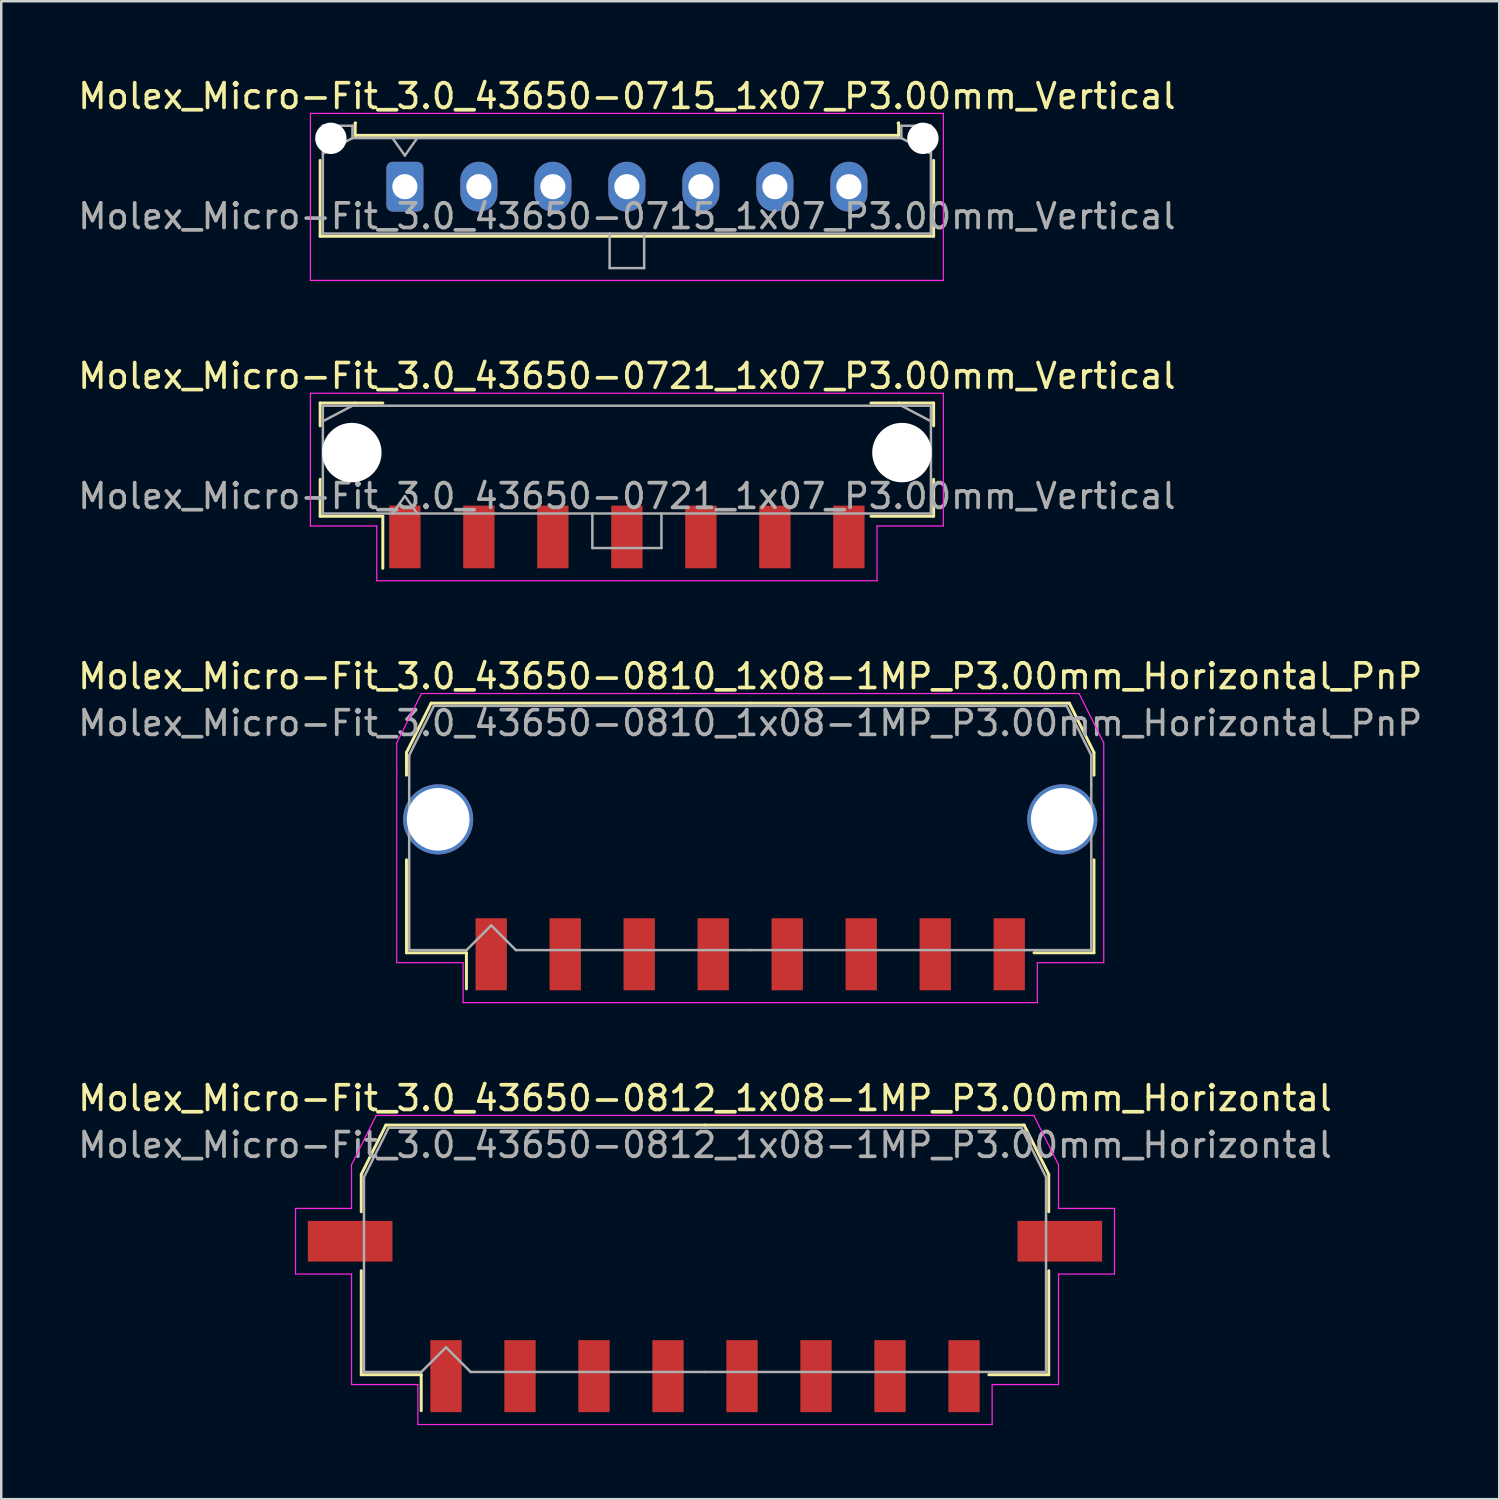
<source format=kicad_pcb>
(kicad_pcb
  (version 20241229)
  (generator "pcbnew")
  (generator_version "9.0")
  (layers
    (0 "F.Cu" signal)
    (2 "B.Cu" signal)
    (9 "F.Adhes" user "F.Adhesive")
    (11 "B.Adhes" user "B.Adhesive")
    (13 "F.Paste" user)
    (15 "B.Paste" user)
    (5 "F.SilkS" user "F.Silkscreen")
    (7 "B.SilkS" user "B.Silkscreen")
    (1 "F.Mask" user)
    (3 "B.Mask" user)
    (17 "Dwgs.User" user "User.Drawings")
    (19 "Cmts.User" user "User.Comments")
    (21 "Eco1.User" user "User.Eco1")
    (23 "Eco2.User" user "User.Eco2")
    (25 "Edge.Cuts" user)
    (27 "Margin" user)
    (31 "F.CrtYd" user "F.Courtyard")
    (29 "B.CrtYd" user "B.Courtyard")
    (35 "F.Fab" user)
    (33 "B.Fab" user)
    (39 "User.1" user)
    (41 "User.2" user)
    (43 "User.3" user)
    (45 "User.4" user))
  (footprint "Molex_Micro-Fit_3.0_43650-0812_1x08-1MP_P3.00mm_Horizontal"
    (layer "F.Cu")
    (at 25.53 47.618)
    (property "Reference" "Molex_Micro-Fit_3.0_43650-0812_1x08-1MP_P3.00mm_Horizontal" (at 0 -6.15 0) (layer "F.SilkS") (effects (font (size 1 1) (thickness 0.15))))
    (attr smd)
    (fp_line (start -13.935 -3.06) (end -13.935 -1.545) (stroke (width 0.12) (type solid)) (layer "F.SilkS"))
    (fp_line (start -13.935 0.845) (end -13.935 5.06) (stroke (width 0.12) (type solid)) (layer "F.SilkS"))
    (fp_line (start -13.935 5.06) (end -11.505 5.06) (stroke (width 0.12) (type solid)) (layer "F.SilkS"))
    (fp_line (start -12.935 -5.06) (end -13.935 -3.06) (stroke (width 0.12) (type solid)) (layer "F.SilkS"))
    (fp_line (start -11.505 5.06) (end -11.505 6.52) (stroke (width 0.12) (type solid)) (layer "F.SilkS"))
    (fp_line (start 0 -5.06) (end -12.935 -5.06) (stroke (width 0.12) (type solid)) (layer "F.SilkS"))
    (fp_line (start 0 -5.06) (end 12.935 -5.06) (stroke (width 0.12) (type solid)) (layer "F.SilkS"))
    (fp_line (start 12.935 -5.06) (end 13.935 -3.06) (stroke (width 0.12) (type solid)) (layer "F.SilkS"))
    (fp_line (start 13.935 -3.06) (end 13.935 -1.545) (stroke (width 0.12) (type solid)) (layer "F.SilkS"))
    (fp_line (start 13.935 0.845) (end 13.935 5.06) (stroke (width 0.12) (type solid)) (layer "F.SilkS"))
    (fp_line (start 13.935 5.06) (end 11.505 5.06) (stroke (width 0.12) (type solid)) (layer "F.SilkS"))
    (fp_line (start -16.6 -1.68) (end -16.6 0.98) (stroke (width 0.05) (type solid)) (layer "F.CrtYd"))
    (fp_line (start -16.6 0.98) (end -14.33 0.98) (stroke (width 0.05) (type solid)) (layer "F.CrtYd"))
    (fp_line (start -14.33 -3.45) (end -14.33 -1.68) (stroke (width 0.05) (type solid)) (layer "F.CrtYd"))
    (fp_line (start -14.33 -1.68) (end -16.6 -1.68) (stroke (width 0.05) (type solid)) (layer "F.CrtYd"))
    (fp_line (start -14.33 0.98) (end -14.33 5.46) (stroke (width 0.05) (type solid)) (layer "F.CrtYd"))
    (fp_line (start -14.33 5.46) (end -11.64 5.46) (stroke (width 0.05) (type solid)) (layer "F.CrtYd"))
    (fp_line (start -13.33 -5.45) (end -14.33 -3.45) (stroke (width 0.05) (type solid)) (layer "F.CrtYd"))
    (fp_line (start -11.64 5.46) (end -11.64 7.08) (stroke (width 0.05) (type solid)) (layer "F.CrtYd"))
    (fp_line (start -11.64 7.08) (end 0 7.08) (stroke (width 0.05) (type solid)) (layer "F.CrtYd"))
    (fp_line (start 0 -5.45) (end -13.33 -5.45) (stroke (width 0.05) (type solid)) (layer "F.CrtYd"))
    (fp_line (start 0 -5.45) (end 13.33 -5.45) (stroke (width 0.05) (type solid)) (layer "F.CrtYd"))
    (fp_line (start 11.64 5.46) (end 11.64 7.08) (stroke (width 0.05) (type solid)) (layer "F.CrtYd"))
    (fp_line (start 11.64 7.08) (end 0 7.08) (stroke (width 0.05) (type solid)) (layer "F.CrtYd"))
    (fp_line (start 13.33 -5.45) (end 14.33 -3.45) (stroke (width 0.05) (type solid)) (layer "F.CrtYd"))
    (fp_line (start 14.33 -3.45) (end 14.33 -1.68) (stroke (width 0.05) (type solid)) (layer "F.CrtYd"))
    (fp_line (start 14.33 -1.68) (end 16.6 -1.68) (stroke (width 0.05) (type solid)) (layer "F.CrtYd"))
    (fp_line (start 14.33 0.98) (end 14.33 5.46) (stroke (width 0.05) (type solid)) (layer "F.CrtYd"))
    (fp_line (start 14.33 5.46) (end 11.64 5.46) (stroke (width 0.05) (type solid)) (layer "F.CrtYd"))
    (fp_line (start 16.6 -1.68) (end 16.6 0.98) (stroke (width 0.05) (type solid)) (layer "F.CrtYd"))
    (fp_line (start 16.6 0.98) (end 14.33 0.98) (stroke (width 0.05) (type solid)) (layer "F.CrtYd"))
    (fp_line (start -13.825 -2.95) (end -13.825 -1.175) (stroke (width 0.1) (type solid)) (layer "F.Fab"))
    (fp_line (start -13.825 -1.175) (end -13.825 4.95) (stroke (width 0.1) (type solid)) (layer "F.Fab"))
    (fp_line (start -13.825 4.95) (end -11.5 4.95) (stroke (width 0.1) (type solid)) (layer "F.Fab"))
    (fp_line (start -12.825 -4.95) (end -13.825 -2.95) (stroke (width 0.1) (type solid)) (layer "F.Fab"))
    (fp_line (start -11.5 4.95) (end -10.5 3.95) (stroke (width 0.1) (type solid)) (layer "F.Fab"))
    (fp_line (start -10.5 3.95) (end -9.5 4.95) (stroke (width 0.1) (type solid)) (layer "F.Fab"))
    (fp_line (start -9.5 4.95) (end 0 4.95) (stroke (width 0.1) (type solid)) (layer "F.Fab"))
    (fp_line (start 0 -4.95) (end -12.825 -4.95) (stroke (width 0.1) (type solid)) (layer "F.Fab"))
    (fp_line (start 0 -4.95) (end 12.825 -4.95) (stroke (width 0.1) (type solid)) (layer "F.Fab"))
    (fp_line (start 11.135 4.95) (end 0 4.95) (stroke (width 0.1) (type solid)) (layer "F.Fab"))
    (fp_line (start 12.825 -4.95) (end 13.825 -2.95) (stroke (width 0.1) (type solid)) (layer "F.Fab"))
    (fp_line (start 13.825 -2.95) (end 13.825 -1.175) (stroke (width 0.1) (type solid)) (layer "F.Fab"))
    (fp_line (start 13.825 -1.175) (end 13.825 4.95) (stroke (width 0.1) (type solid)) (layer "F.Fab"))
    (fp_line (start 13.825 4.95) (end 11.135 4.95) (stroke (width 0.1) (type solid)) (layer "F.Fab"))
    (fp_text user "${REFERENCE}" (at 0 -4.25 0) (layer "F.Fab") (effects (font (size 1 1) (thickness 0.15))))
    (pad "1" smd rect (at -10.5 5.12) (size 1.27 2.92) (layers "F.Cu" "F.Mask" "F.Paste"))
    (pad "2" smd rect (at -7.5 5.12) (size 1.27 2.92) (layers "F.Cu" "F.Mask" "F.Paste"))
    (pad "3" smd rect (at -4.5 5.12) (size 1.27 2.92) (layers "F.Cu" "F.Mask" "F.Paste"))
    (pad "4" smd rect (at -1.5 5.12) (size 1.27 2.92) (layers "F.Cu" "F.Mask" "F.Paste"))
    (pad "5" smd rect (at 1.5 5.12) (size 1.27 2.92) (layers "F.Cu" "F.Mask" "F.Paste"))
    (pad "6" smd rect (at 4.5 5.12) (size 1.27 2.92) (layers "F.Cu" "F.Mask" "F.Paste"))
    (pad "7" smd rect (at 7.5 5.12) (size 1.27 2.92) (layers "F.Cu" "F.Mask" "F.Paste"))
    (pad "8" smd rect (at 10.5 5.12) (size 1.27 2.92) (layers "F.Cu" "F.Mask" "F.Paste"))
    (pad "MP" smd rect (at -14.385 -0.35) (size 3.43 1.65) (layers "F.Cu" "F.Mask" "F.Paste"))
    (pad "MP" smd rect (at 14.385 -0.35) (size 3.43 1.65) (layers "F.Cu" "F.Mask" "F.Paste")))
  (footprint "Molex_Micro-Fit_3.0_43650-0810_1x08-1MP_P3.00mm_Horizontal_PnP"
    (layer "F.Cu")
    (at 27.363 30.515)
    (property "Reference" "Molex_Micro-Fit_3.0_43650-0810_1x08-1MP_P3.00mm_Horizontal_PnP" (at 0 -6.15 0) (layer "F.SilkS") (effects (font (size 1 1) (thickness 0.15))))
    (attr smd)
    (fp_line (start -13.935 -3.06) (end -13.935 -2.14) (stroke (width 0.12) (type solid)) (layer "F.SilkS"))
    (fp_line (start -13.935 1.29) (end -13.935 5.06) (stroke (width 0.12) (type solid)) (layer "F.SilkS"))
    (fp_line (start -13.935 5.06) (end -11.505 5.06) (stroke (width 0.12) (type solid)) (layer "F.SilkS"))
    (fp_line (start -12.935 -5.06) (end -13.935 -3.06) (stroke (width 0.12) (type solid)) (layer "F.SilkS"))
    (fp_line (start -11.505 5.06) (end -11.505 6.52) (stroke (width 0.12) (type solid)) (layer "F.SilkS"))
    (fp_line (start 0 -5.06) (end -12.935 -5.06) (stroke (width 0.12) (type solid)) (layer "F.SilkS"))
    (fp_line (start 0 -5.06) (end 12.935 -5.06) (stroke (width 0.12) (type solid)) (layer "F.SilkS"))
    (fp_line (start 12.935 -5.06) (end 13.935 -3.06) (stroke (width 0.12) (type solid)) (layer "F.SilkS"))
    (fp_line (start 13.935 -3.06) (end 13.935 -2.14) (stroke (width 0.12) (type solid)) (layer "F.SilkS"))
    (fp_line (start 13.935 1.29) (end 13.935 5.06) (stroke (width 0.12) (type solid)) (layer "F.SilkS"))
    (fp_line (start 13.935 5.06) (end 11.505 5.06) (stroke (width 0.12) (type solid)) (layer "F.SilkS"))
    (fp_line (start -14.33 -3.45) (end -14.33 -2.27) (stroke (width 0.05) (type solid)) (layer "F.CrtYd"))
    (fp_line (start -14.33 -2.27) (end -14.33 5.46) (stroke (width 0.05) (type solid)) (layer "F.CrtYd"))
    (fp_line (start -14.33 5.46) (end -11.64 5.46) (stroke (width 0.05) (type solid)) (layer "F.CrtYd"))
    (fp_line (start -13.33 -5.45) (end -14.33 -3.45) (stroke (width 0.05) (type solid)) (layer "F.CrtYd"))
    (fp_line (start -11.64 5.46) (end -11.64 7.08) (stroke (width 0.05) (type solid)) (layer "F.CrtYd"))
    (fp_line (start -11.64 7.08) (end 0 7.08) (stroke (width 0.05) (type solid)) (layer "F.CrtYd"))
    (fp_line (start 0 -5.45) (end -13.33 -5.45) (stroke (width 0.05) (type solid)) (layer "F.CrtYd"))
    (fp_line (start 0 -5.45) (end 13.33 -5.45) (stroke (width 0.05) (type solid)) (layer "F.CrtYd"))
    (fp_line (start 11.64 5.46) (end 11.64 7.08) (stroke (width 0.05) (type solid)) (layer "F.CrtYd"))
    (fp_line (start 11.64 7.08) (end 0 7.08) (stroke (width 0.05) (type solid)) (layer "F.CrtYd"))
    (fp_line (start 13.33 -5.45) (end 14.33 -3.45) (stroke (width 0.05) (type solid)) (layer "F.CrtYd"))
    (fp_line (start 14.33 -3.45) (end 14.33 -2.27) (stroke (width 0.05) (type solid)) (layer "F.CrtYd"))
    (fp_line (start 14.33 -2.27) (end 14.33 5.46) (stroke (width 0.05) (type solid)) (layer "F.CrtYd"))
    (fp_line (start 14.33 5.46) (end 11.64 5.46) (stroke (width 0.05) (type solid)) (layer "F.CrtYd"))
    (fp_line (start -13.825 -2.95) (end -13.825 -1.77) (stroke (width 0.1) (type solid)) (layer "F.Fab"))
    (fp_line (start -13.825 -1.77) (end -13.825 4.95) (stroke (width 0.1) (type solid)) (layer "F.Fab"))
    (fp_line (start -13.825 4.95) (end -11.5 4.95) (stroke (width 0.1) (type solid)) (layer "F.Fab"))
    (fp_line (start -12.825 -4.95) (end -13.825 -2.95) (stroke (width 0.1) (type solid)) (layer "F.Fab"))
    (fp_line (start -11.5 4.95) (end -10.5 3.95) (stroke (width 0.1) (type solid)) (layer "F.Fab"))
    (fp_line (start -10.5 3.95) (end -9.5 4.95) (stroke (width 0.1) (type solid)) (layer "F.Fab"))
    (fp_line (start -9.5 4.95) (end 0 4.95) (stroke (width 0.1) (type solid)) (layer "F.Fab"))
    (fp_line (start 0 -4.95) (end -12.825 -4.95) (stroke (width 0.1) (type solid)) (layer "F.Fab"))
    (fp_line (start 0 -4.95) (end 12.825 -4.95) (stroke (width 0.1) (type solid)) (layer "F.Fab"))
    (fp_line (start 11.135 4.95) (end 0 4.95) (stroke (width 0.1) (type solid)) (layer "F.Fab"))
    (fp_line (start 12.825 -4.95) (end 13.825 -2.95) (stroke (width 0.1) (type solid)) (layer "F.Fab"))
    (fp_line (start 13.825 -2.95) (end 13.825 -1.77) (stroke (width 0.1) (type solid)) (layer "F.Fab"))
    (fp_line (start 13.825 -1.77) (end 13.825 4.95) (stroke (width 0.1) (type solid)) (layer "F.Fab"))
    (fp_line (start 13.825 4.95) (end 11.135 4.95) (stroke (width 0.1) (type solid)) (layer "F.Fab"))
    (fp_text user "${REFERENCE}" (at 0 -4.25 0) (layer "F.Fab") (effects (font (size 1 1) (thickness 0.15))))
    (pad "1" smd rect (at -10.5 5.12) (size 1.27 2.92) (layers "F.Cu" "F.Mask" "F.Paste"))
    (pad "2" smd rect (at -7.5 5.12) (size 1.27 2.92) (layers "F.Cu" "F.Mask" "F.Paste"))
    (pad "3" smd rect (at -4.5 5.12) (size 1.27 2.92) (layers "F.Cu" "F.Mask" "F.Paste"))
    (pad "4" smd rect (at -1.5 5.12) (size 1.27 2.92) (layers "F.Cu" "F.Mask" "F.Paste"))
    (pad "5" smd rect (at 1.5 5.12) (size 1.27 2.92) (layers "F.Cu" "F.Mask" "F.Paste"))
    (pad "6" smd rect (at 4.5 5.12) (size 1.27 2.92) (layers "F.Cu" "F.Mask" "F.Paste"))
    (pad "7" smd rect (at 7.5 5.12) (size 1.27 2.92) (layers "F.Cu" "F.Mask" "F.Paste"))
    (pad "8" smd rect (at 10.5 5.12) (size 1.27 2.92) (layers "F.Cu" "F.Mask" "F.Paste"))
    (pad "MP" thru_hole circle (at -12.65 -0.35) (size 2.84 2.84) (drill 2.54) (property pad_prop_heatsink) (layers "*.Cu" "*.Mask"))
    (pad "MP" thru_hole circle (at 12.65 -0.35) (size 2.84 2.84) (drill 2.54) (property pad_prop_heatsink) (layers "*.Cu" "*.Mask")))
  (footprint "Molex_Micro-Fit_3.0_43650-0721_1x07_P3.00mm_Vertical"
    (layer "F.Cu")
    (at 22.363 15.582)
    (property "Reference" "Molex_Micro-Fit_3.0_43650-0721_1x07_P3.00mm_Vertical" (at 0 -3.39 0) (layer "F.SilkS") (effects (font (size 1 1) (thickness 0.15))))
    (attr smd)
    (fp_line (start -12.435 -2.295) (end -11.015 -2.295) (stroke (width 0.12) (type solid)) (layer "F.SilkS"))
    (fp_line (start -12.435 -1.37) (end -12.435 -2.295) (stroke (width 0.12) (type solid)) (layer "F.SilkS"))
    (fp_line (start -12.435 0.8) (end -12.435 2.295) (stroke (width 0.12) (type solid)) (layer "F.SilkS"))
    (fp_line (start -12.435 2.295) (end -9.895 2.295) (stroke (width 0.12) (type solid)) (layer "F.SilkS"))
    (fp_line (start -11.015 -2.295) (end -9.895 -2.295) (stroke (width 0.12) (type solid)) (layer "F.SilkS"))
    (fp_line (start -9.895 2.295) (end -9.895 4.405) (stroke (width 0.12) (type solid)) (layer "F.SilkS"))
    (fp_line (start 11.015 -2.295) (end 9.895 -2.295) (stroke (width 0.12) (type solid)) (layer "F.SilkS"))
    (fp_line (start 12.435 -2.295) (end 11.015 -2.295) (stroke (width 0.12) (type solid)) (layer "F.SilkS"))
    (fp_line (start 12.435 -1.37) (end 12.435 -2.295) (stroke (width 0.12) (type solid)) (layer "F.SilkS"))
    (fp_line (start 12.435 0.8) (end 12.435 2.295) (stroke (width 0.12) (type solid)) (layer "F.SilkS"))
    (fp_line (start 12.435 2.295) (end 9.895 2.295) (stroke (width 0.12) (type solid)) (layer "F.SilkS"))
    (fp_line (start -12.83 -2.69) (end -12.83 2.69) (stroke (width 0.05) (type solid)) (layer "F.CrtYd"))
    (fp_line (start -12.83 2.69) (end -10.14 2.69) (stroke (width 0.05) (type solid)) (layer "F.CrtYd"))
    (fp_line (start -10.14 -2.69) (end -12.83 -2.69) (stroke (width 0.05) (type solid)) (layer "F.CrtYd"))
    (fp_line (start -10.14 2.69) (end -10.14 4.91) (stroke (width 0.05) (type solid)) (layer "F.CrtYd"))
    (fp_line (start -10.14 4.91) (end 0 4.91) (stroke (width 0.05) (type solid)) (layer "F.CrtYd"))
    (fp_line (start 0 -2.69) (end -10.14 -2.69) (stroke (width 0.05) (type solid)) (layer "F.CrtYd"))
    (fp_line (start 0 -2.69) (end 10.14 -2.69) (stroke (width 0.05) (type solid)) (layer "F.CrtYd"))
    (fp_line (start 10.14 -2.69) (end 12.83 -2.69) (stroke (width 0.05) (type solid)) (layer "F.CrtYd"))
    (fp_line (start 10.14 2.69) (end 10.14 4.91) (stroke (width 0.05) (type solid)) (layer "F.CrtYd"))
    (fp_line (start 10.14 4.91) (end 0 4.91) (stroke (width 0.05) (type solid)) (layer "F.CrtYd"))
    (fp_line (start 12.83 -2.69) (end 12.83 2.69) (stroke (width 0.05) (type solid)) (layer "F.CrtYd"))
    (fp_line (start 12.83 2.69) (end 10.14 2.69) (stroke (width 0.05) (type solid)) (layer "F.CrtYd"))
    (fp_line (start -12.325 -2.185) (end -12.325 2.185) (stroke (width 0.1) (type solid)) (layer "F.Fab"))
    (fp_line (start -12.325 -1.555) (end -11.125 -2.185) (stroke (width 0.1) (type solid)) (layer "F.Fab"))
    (fp_line (start -12.325 2.185) (end 12.325 2.185) (stroke (width 0.1) (type solid)) (layer "F.Fab"))
    (fp_line (start -11.125 -2.185) (end -12.325 -2.185) (stroke (width 0.1) (type solid)) (layer "F.Fab"))
    (fp_line (start -9.5 2.185) (end -9 1.478) (stroke (width 0.1) (type solid)) (layer "F.Fab"))
    (fp_line (start -9 1.478) (end -8.5 2.185) (stroke (width 0.1) (type solid)) (layer "F.Fab"))
    (fp_line (start -1.4 2.185) (end -1.4 3.585) (stroke (width 0.1) (type solid)) (layer "F.Fab"))
    (fp_line (start -1.4 3.585) (end 1.4 3.585) (stroke (width 0.1) (type solid)) (layer "F.Fab"))
    (fp_line (start 1.4 3.585) (end 1.4 2.185) (stroke (width 0.1) (type solid)) (layer "F.Fab"))
    (fp_line (start 11.125 -2.185) (end -11.125 -2.185) (stroke (width 0.1) (type solid)) (layer "F.Fab"))
    (fp_line (start 12.325 -2.185) (end 11.125 -2.185) (stroke (width 0.1) (type solid)) (layer "F.Fab"))
    (fp_line (start 12.325 -1.555) (end 11.125 -2.185) (stroke (width 0.1) (type solid)) (layer "F.Fab"))
    (fp_line (start 12.325 2.185) (end 12.325 -2.185) (stroke (width 0.1) (type solid)) (layer "F.Fab"))
    (fp_text user "${REFERENCE}" (at 0 1.48 0) (layer "F.Fab") (effects (font (size 1 1) (thickness 0.15))))
    (pad "" np_thru_hole circle (at -11.15 -0.285) (size 2.41 2.41) (drill 2.41) (layers "*.Cu" "*.Mask"))
    (pad "" np_thru_hole circle (at 11.15 -0.285) (size 2.41 2.41) (drill 2.41) (layers "*.Cu" "*.Mask"))
    (pad "1" smd rect (at -9 3.135) (size 1.27 2.54) (layers "F.Cu" "F.Mask" "F.Paste"))
    (pad "2" smd rect (at -6 3.135) (size 1.27 2.54) (layers "F.Cu" "F.Mask" "F.Paste"))
    (pad "3" smd rect (at -3 3.135) (size 1.27 2.54) (layers "F.Cu" "F.Mask" "F.Paste"))
    (pad "4" smd rect (at 0 3.135) (size 1.27 2.54) (layers "F.Cu" "F.Mask" "F.Paste"))
    (pad "5" smd rect (at 3 3.135) (size 1.27 2.54) (layers "F.Cu" "F.Mask" "F.Paste"))
    (pad "6" smd rect (at 6 3.135) (size 1.27 2.54) (layers "F.Cu" "F.Mask" "F.Paste"))
    (pad "7" smd rect (at 9 3.135) (size 1.27 2.54) (layers "F.Cu" "F.Mask" "F.Paste")))
  (footprint "Molex_Micro-Fit_3.0_43650-0715_1x07_P3.00mm_Vertical"
    (layer "F.Cu")
    (at 13.363 4.518)
    (property "Reference" "Molex_Micro-Fit_3.0_43650-0715_1x07_P3.00mm_Vertical" (at 9 -3.67 0) (layer "F.SilkS") (effects (font (size 1 1) (thickness 0.15))))
    (attr through_hole)
    (fp_line (start -3.435 -1.065) (end -3.435 2.01) (stroke (width 0.12) (type solid)) (layer "F.SilkS"))
    (fp_line (start -3.435 2.01) (end 21.435 2.01) (stroke (width 0.12) (type solid)) (layer "F.SilkS"))
    (fp_line (start -2.015 -2.58) (end -2.015 -2.08) (stroke (width 0.12) (type solid)) (layer "F.SilkS"))
    (fp_line (start -2.015 -2.08) (end 20.015 -2.08) (stroke (width 0.12) (type solid)) (layer "F.SilkS"))
    (fp_line (start -1.995 -2.58) (end -2.015 -2.58) (stroke (width 0.12) (type solid)) (layer "F.SilkS"))
    (fp_line (start 20.015 -2.58) (end 19.995 -2.58) (stroke (width 0.12) (type solid)) (layer "F.SilkS"))
    (fp_line (start 20.015 -2.08) (end 20.015 -2.58) (stroke (width 0.12) (type solid)) (layer "F.SilkS"))
    (fp_line (start 21.435 2.01) (end 21.435 -1.065) (stroke (width 0.12) (type solid)) (layer "F.SilkS"))
    (fp_line (start -3.83 -2.97) (end 21.83 -2.97) (stroke (width 0.05) (type solid)) (layer "F.CrtYd"))
    (fp_line (start -3.83 3.8) (end -3.83 -2.97) (stroke (width 0.05) (type solid)) (layer "F.CrtYd"))
    (fp_line (start 21.83 -2.97) (end 21.83 3.8) (stroke (width 0.05) (type solid)) (layer "F.CrtYd"))
    (fp_line (start 21.83 3.8) (end -3.83 3.8) (stroke (width 0.05) (type solid)) (layer "F.CrtYd"))
    (fp_line (start -3.325 -2.47) (end -3.325 1.9) (stroke (width 0.1) (type solid)) (layer "F.Fab"))
    (fp_line (start -3.325 -1.34) (end -2.125 -1.97) (stroke (width 0.1) (type solid)) (layer "F.Fab"))
    (fp_line (start -3.325 1.9) (end 21.325 1.9) (stroke (width 0.1) (type solid)) (layer "F.Fab"))
    (fp_line (start -2.125 -2.47) (end -3.325 -2.47) (stroke (width 0.1) (type solid)) (layer "F.Fab"))
    (fp_line (start -2.125 -1.97) (end -2.125 -2.47) (stroke (width 0.1) (type solid)) (layer "F.Fab"))
    (fp_line (start -0.5 -1.97) (end 0 -1.263) (stroke (width 0.1) (type solid)) (layer "F.Fab"))
    (fp_line (start 0 -1.263) (end 0.5 -1.97) (stroke (width 0.1) (type solid)) (layer "F.Fab"))
    (fp_line (start 8.3 1.9) (end 8.3 3.3) (stroke (width 0.1) (type solid)) (layer "F.Fab"))
    (fp_line (start 8.3 3.3) (end 9.7 3.3) (stroke (width 0.1) (type solid)) (layer "F.Fab"))
    (fp_line (start 9.7 3.3) (end 9.7 1.9) (stroke (width 0.1) (type solid)) (layer "F.Fab"))
    (fp_line (start 20.125 -2.47) (end 20.125 -1.97) (stroke (width 0.1) (type solid)) (layer "F.Fab"))
    (fp_line (start 20.125 -1.97) (end -2.125 -1.97) (stroke (width 0.1) (type solid)) (layer "F.Fab"))
    (fp_line (start 21.325 -2.47) (end 20.125 -2.47) (stroke (width 0.1) (type solid)) (layer "F.Fab"))
    (fp_line (start 21.325 -1.34) (end 20.125 -1.97) (stroke (width 0.1) (type solid)) (layer "F.Fab"))
    (fp_line (start 21.325 1.9) (end 21.325 -2.47) (stroke (width 0.1) (type solid)) (layer "F.Fab"))
    (fp_text user "${REFERENCE}" (at 9 1.2 0) (layer "F.Fab") (effects (font (size 1 1) (thickness 0.15))))
    (pad "" np_thru_hole circle (at -3 -1.96) (size 1.27 1.27) (drill 1.27) (layers "*.Cu" "*.Mask"))
    (pad "" np_thru_hole circle (at 21 -1.96) (size 1.27 1.27) (drill 1.27) (layers "*.Cu" "*.Mask"))
    (pad "1" thru_hole roundrect (at 0 0) (size 1.5 2.02) (drill 1.02) (layers "*.Cu" "*.Mask") (roundrect_rratio 0.167))
    (pad "2" thru_hole oval (at 3 0) (size 1.5 2.02) (drill 1.02) (layers "*.Cu" "*.Mask"))
    (pad "3" thru_hole oval (at 6 0) (size 1.5 2.02) (drill 1.02) (layers "*.Cu" "*.Mask"))
    (pad "4" thru_hole oval (at 9 0) (size 1.5 2.02) (drill 1.02) (layers "*.Cu" "*.Mask"))
    (pad "5" thru_hole oval (at 12 0) (size 1.5 2.02) (drill 1.02) (layers "*.Cu" "*.Mask"))
    (pad "6" thru_hole oval (at 15 0) (size 1.5 2.02) (drill 1.02) (layers "*.Cu" "*.Mask"))
    (pad "7" thru_hole oval (at 18 0) (size 1.5 2.02) (drill 1.02) (layers "*.Cu" "*.Mask")))
  (gr_rect
    (start -3 -3)
    (end 57.726 57.723)
    (stroke (width 0.1) (type default))
    (fill no)
    (layer "Edge.Cuts")))
</source>
